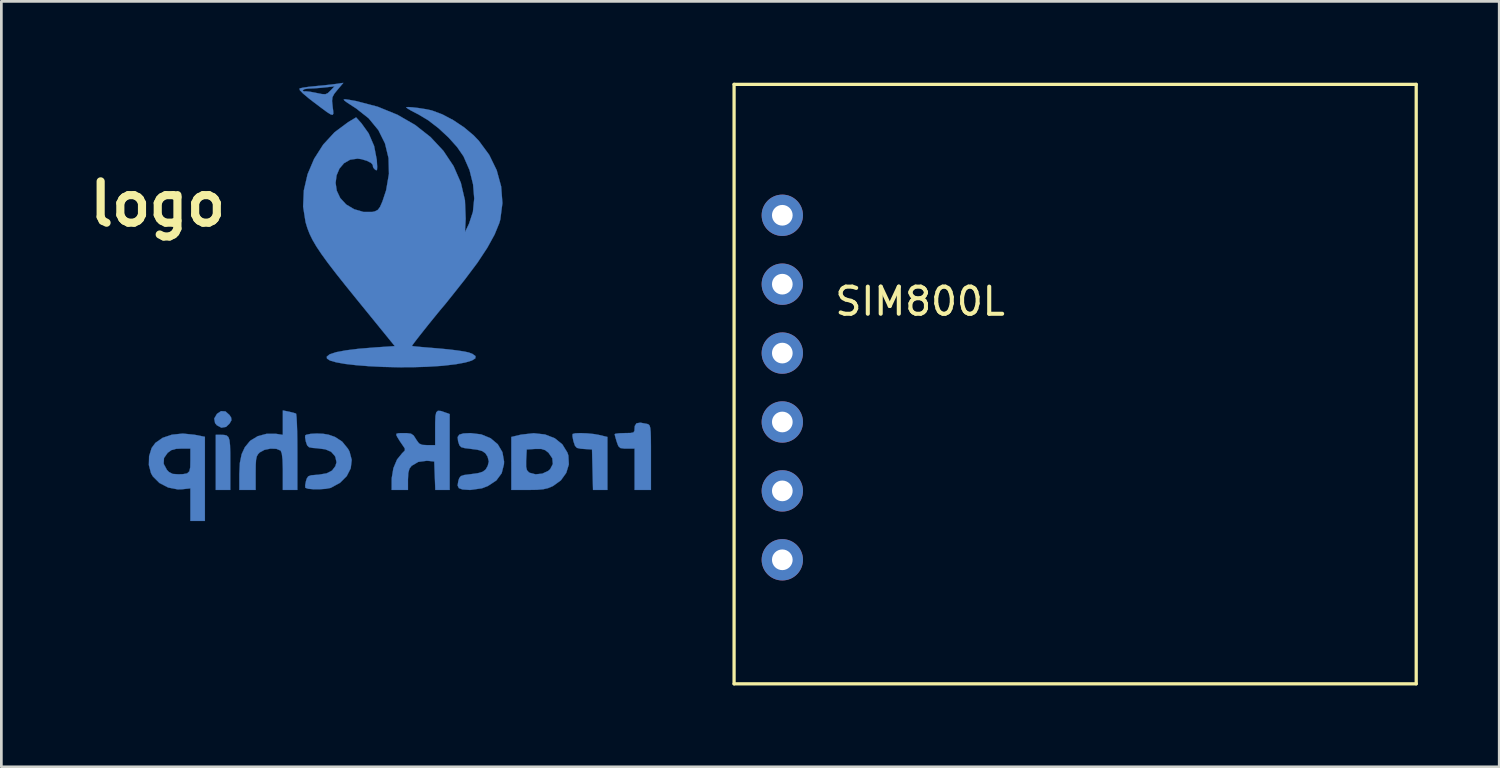
<source format=kicad_pcb>
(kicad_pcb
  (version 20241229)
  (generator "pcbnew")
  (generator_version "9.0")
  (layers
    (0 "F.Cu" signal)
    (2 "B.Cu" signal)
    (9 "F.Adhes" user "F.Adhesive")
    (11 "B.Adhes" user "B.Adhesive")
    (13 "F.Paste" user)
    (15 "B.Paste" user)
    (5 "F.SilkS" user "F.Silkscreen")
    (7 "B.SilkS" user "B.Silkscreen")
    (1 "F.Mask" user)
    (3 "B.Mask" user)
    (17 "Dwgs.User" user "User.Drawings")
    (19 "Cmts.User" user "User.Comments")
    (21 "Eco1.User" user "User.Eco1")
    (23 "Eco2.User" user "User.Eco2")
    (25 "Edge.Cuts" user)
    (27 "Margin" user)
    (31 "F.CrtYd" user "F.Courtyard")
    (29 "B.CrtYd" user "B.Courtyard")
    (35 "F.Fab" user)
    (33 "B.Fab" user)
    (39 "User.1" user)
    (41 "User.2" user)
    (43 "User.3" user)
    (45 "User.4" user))
  (footprint "SIM800L"
    (layer "F.Cu")
    (at 25.789 4.886)
    (property "Reference" "SIM800L" (at 5.08 3.175 0) (layer "F.SilkS") (effects (font (size 1 1) (thickness 0.15))))
    (attr through_hole)
    (fp_line (start -1.778 -4.826) (end 23.368 -4.826) (stroke (width 0.12) (type solid)) (layer "F.SilkS"))
    (fp_line (start -1.778 17.272) (end -1.778 -4.826) (stroke (width 0.12) (type solid)) (layer "F.SilkS"))
    (fp_line (start 23.368 -4.826) (end 23.368 17.272) (stroke (width 0.12) (type solid)) (layer "F.SilkS"))
    (fp_line (start 23.368 17.272) (end -1.778 17.272) (stroke (width 0.12) (type solid)) (layer "F.SilkS"))
    (pad "1" thru_hole circle (at 0 0) (size 1.524 1.524) (drill 0.762) (layers "*.Cu" "*.Mask"))
    (pad "2" thru_hole circle (at 0 2.54) (size 1.524 1.524) (drill 0.762) (layers "*.Cu" "*.Mask"))
    (pad "3" thru_hole circle (at 0 5.08) (size 1.524 1.524) (drill 0.762) (layers "*.Cu" "*.Mask"))
    (pad "4" thru_hole circle (at 0 7.62) (size 1.524 1.524) (drill 0.762) (layers "*.Cu" "*.Mask"))
    (pad "5" thru_hole circle (at 0 10.16) (size 1.524 1.524) (drill 0.762) (layers "*.Cu" "*.Mask"))
    (pad "6" thru_hole circle (at 0 12.7) (size 1.524 1.524) (drill 0.762) (layers "*.Cu" "*.Mask")))
  (footprint "logo"
    (layer "F.Cu")
    (at 5.94 16.535)
    (property "Reference" "logo" (at -3.175 -12.065 0) (layer "F.SilkS") (effects (font (size 1.524 1.524) (thickness 0.3))))
    (attr through_hole)
    (fp_poly (pts (xy -1.036 -1.524) (xy -0.501 -1.524) (xy -0.501 -2.501) (xy -0.502 -2.889) (xy -0.51 -3.168) (xy -0.53 -3.356) (xy -0.569 -3.47) (xy -0.634 -3.53) (xy -0.73 -3.552) (xy -0.864 -3.556) (xy -1.036 -3.556) (xy -1.036 -1.524)) (stroke (width 0.01) (type solid)) (fill yes) (layer "B.Cu"))
    (fp_poly (pts (xy -0.992 -4.329) (xy -1.093 -4.155) (xy -1.062 -3.988) (xy -0.998 -3.91) (xy -0.828 -3.818) (xy -0.657 -3.848) (xy -0.529 -3.969) (xy -0.458 -4.093) (xy -0.469 -4.191) (xy -0.529 -4.286) (xy -0.677 -4.419) (xy -0.842 -4.429) (xy -0.992 -4.329)) (stroke (width 0.01) (type solid)) (fill yes) (layer "B.Cu"))
    (fp_poly (pts (xy 12.219 -3.612) (xy 12.12 -3.587) (xy 12.119 -3.586) (xy 12.113 -3.51) (xy 12.14 -3.36) (xy 12.154 -3.304) (xy 12.207 -3.15) (xy 12.278 -3.074) (xy 12.415 -3.044) (xy 12.529 -3.035) (xy 12.834 -3.016) (xy 12.853 -2.27) (xy 12.871 -1.524) (xy 13.402 -1.524) (xy 13.402 -3.477) (xy 13.105 -3.548) (xy 12.892 -3.586) (xy 12.647 -3.61) (xy 12.409 -3.619) (xy 12.219 -3.612)) (stroke (width 0.01) (type solid)) (fill yes) (layer "B.Cu"))
    (fp_poly (pts (xy 14.472 -3.98) (xy 14.411 -3.883) (xy 14.404 -3.81) (xy 14.398 -3.701) (xy 14.358 -3.644) (xy 14.25 -3.623) (xy 14.042 -3.62) (xy 14.037 -3.619) (xy 13.835 -3.613) (xy 13.702 -3.596) (xy 13.669 -3.579) (xy 13.687 -3.498) (xy 13.731 -3.345) (xy 13.747 -3.293) (xy 13.804 -3.14) (xy 13.879 -3.069) (xy 14.018 -3.049) (xy 14.114 -3.048) (xy 14.404 -3.048) (xy 14.404 -1.524) (xy 15.006 -1.524) (xy 15.006 -2.723) (xy 15.006 -3.141) (xy 15.003 -3.448) (xy 14.996 -3.664) (xy 14.982 -3.805) (xy 14.96 -3.889) (xy 14.928 -3.932) (xy 14.882 -3.953) (xy 14.856 -3.96) (xy 14.615 -4.004) (xy 14.472 -3.98)) (stroke (width 0.01) (type solid)) (fill yes) (layer "B.Cu"))
    (fp_poly (pts (xy -2.652 -3.561) (xy -2.996 -3.445) (xy -3.262 -3.259) (xy -3.4 -3.071) (xy -3.494 -2.767) (xy -3.502 -2.442) (xy -3.424 -2.143) (xy -3.358 -2.026) (xy -3.112 -1.78) (xy -2.79 -1.613) (xy -2.437 -1.544) (xy -2.289 -1.548) (xy -1.972 -1.582) (xy -1.972 -0.381) (xy -1.437 -0.381) (xy -1.437 -3.048) (xy -1.972 -3.048) (xy -1.972 -2.609) (xy -1.977 -2.359) (xy -2.01 -2.21) (xy -2.092 -2.134) (xy -2.247 -2.106) (xy -2.418 -2.101) (xy -2.624 -2.115) (xy -2.762 -2.185) (xy -2.836 -2.263) (xy -2.957 -2.486) (xy -2.944 -2.701) (xy -2.81 -2.892) (xy -2.671 -2.993) (xy -2.498 -3.039) (xy -2.309 -3.048) (xy -1.972 -3.048) (xy -1.437 -3.048) (xy -1.437 -3.483) (xy -1.817 -3.558) (xy -2.251 -3.602) (xy -2.652 -3.561)) (stroke (width 0.01) (type solid)) (fill yes) (layer "B.Cu"))
    (fp_poly (pts (xy 10.22 -3.563) (xy 10.156 -3.548) (xy 9.859 -3.477) (xy 9.859 -1.524) (xy 10.484 -1.524) (xy 10.806 -1.529) (xy 11.036 -1.55) (xy 11.214 -1.591) (xy 11.381 -1.661) (xy 11.399 -1.67) (xy 11.686 -1.878) (xy 11.884 -2.153) (xy 11.98 -2.466) (xy 11.979 -2.481) (xy 11.39 -2.481) (xy 11.29 -2.289) (xy 11.22 -2.227) (xy 11.001 -2.125) (xy 10.754 -2.1) (xy 10.537 -2.156) (xy 10.503 -2.177) (xy 10.436 -2.252) (xy 10.405 -2.379) (xy 10.405 -2.59) (xy 10.407 -2.637) (xy 10.427 -3.016) (xy 10.744 -3.036) (xy 10.961 -3.036) (xy 11.107 -2.991) (xy 11.229 -2.896) (xy 11.37 -2.692) (xy 11.39 -2.481) (xy 11.979 -2.481) (xy 11.963 -2.79) (xy 11.927 -2.901) (xy 11.739 -3.206) (xy 11.459 -3.431) (xy 11.102 -3.569) (xy 10.684 -3.615) (xy 10.22 -3.563)) (stroke (width 0.01) (type solid)) (fill yes) (layer "B.Cu"))
    (fp_poly (pts (xy 1.437 -3.554) (xy 1.184 -3.593) (xy 0.842 -3.594) (xy 0.513 -3.507) (xy 0.246 -3.345) (xy 0.218 -3.319) (xy 0.036 -3.098) (xy -0.082 -2.842) (xy -0.147 -2.524) (xy -0.167 -2.113) (xy -0.167 -2.098) (xy -0.167 -1.524) (xy 0.434 -1.524) (xy 0.434 -2.148) (xy 0.437 -2.44) (xy 0.449 -2.633) (xy 0.476 -2.759) (xy 0.524 -2.844) (xy 0.589 -2.91) (xy 0.76 -3.002) (xy 0.981 -3.047) (xy 1.196 -3.04) (xy 1.351 -2.977) (xy 1.357 -2.972) (xy 1.399 -2.863) (xy 1.426 -2.632) (xy 1.437 -2.286) (xy 1.437 -2.21) (xy 1.437 -1.524) (xy 1.972 -1.524) (xy 1.972 -2.917) (xy 1.97 -3.325) (xy 1.964 -3.688) (xy 1.954 -3.987) (xy 1.942 -4.206) (xy 1.928 -4.323) (xy 1.922 -4.339) (xy 1.827 -4.37) (xy 1.665 -4.409) (xy 1.654 -4.411) (xy 1.437 -4.455) (xy 1.437 -3.554)) (stroke (width 0.01) (type solid)) (fill yes) (layer "B.Cu"))
    (fp_poly (pts (xy 8.093 -3.607) (xy 7.941 -3.563) (xy 7.881 -3.474) (xy 7.896 -3.326) (xy 7.904 -3.296) (xy 7.946 -3.17) (xy 8.013 -3.101) (xy 8.143 -3.065) (xy 8.326 -3.043) (xy 8.608 -3.006) (xy 8.789 -2.956) (xy 8.902 -2.877) (xy 8.981 -2.756) (xy 8.985 -2.748) (xy 9.03 -2.571) (xy 8.988 -2.407) (xy 8.913 -2.278) (xy 8.804 -2.195) (xy 8.629 -2.142) (xy 8.354 -2.104) (xy 8.326 -2.101) (xy 8.115 -2.074) (xy 7.999 -2.034) (xy 7.938 -1.956) (xy 7.904 -1.848) (xy 7.879 -1.689) (xy 7.925 -1.591) (xy 8.061 -1.541) (xy 8.307 -1.525) (xy 8.358 -1.525) (xy 8.774 -1.584) (xy 8.992 -1.667) (xy 9.307 -1.874) (xy 9.504 -2.141) (xy 9.588 -2.473) (xy 9.592 -2.572) (xy 9.531 -2.917) (xy 9.36 -3.208) (xy 9.094 -3.431) (xy 8.749 -3.572) (xy 8.358 -3.619) (xy 8.093 -3.607)) (stroke (width 0.01) (type solid)) (fill yes) (layer "B.Cu"))
    (fp_poly (pts (xy 2.464 -3.592) (xy 2.304 -3.559) (xy 2.263 -3.537) (xy 2.257 -3.461) (xy 2.283 -3.316) (xy 2.289 -3.293) (xy 2.334 -3.165) (xy 2.403 -3.099) (xy 2.539 -3.072) (xy 2.678 -3.063) (xy 2.999 -3.022) (xy 3.215 -2.932) (xy 3.35 -2.782) (xy 3.375 -2.732) (xy 3.415 -2.545) (xy 3.372 -2.399) (xy 3.248 -2.236) (xy 3.051 -2.136) (xy 2.755 -2.086) (xy 2.678 -2.081) (xy 2.479 -2.064) (xy 2.372 -2.025) (xy 2.317 -1.94) (xy 2.289 -1.85) (xy 2.26 -1.698) (xy 2.265 -1.607) (xy 2.269 -1.602) (xy 2.372 -1.567) (xy 2.562 -1.55) (xy 2.793 -1.549) (xy 3.017 -1.565) (xy 3.189 -1.597) (xy 3.211 -1.605) (xy 3.547 -1.789) (xy 3.793 -2.035) (xy 3.939 -2.322) (xy 3.976 -2.631) (xy 3.895 -2.939) (xy 3.838 -3.042) (xy 3.623 -3.306) (xy 3.362 -3.477) (xy 3.125 -3.56) (xy 2.922 -3.594) (xy 2.686 -3.604) (xy 2.464 -3.592)) (stroke (width 0.01) (type solid)) (fill yes) (layer "B.Cu"))
    (fp_poly (pts (xy 7.092 -4.385) (xy 7.062 -4.248) (xy 7.053 -4.013) (xy 7.052 -3.81) (xy 7.052 -3.175) (xy 6.762 -3.175) (xy 6.571 -3.186) (xy 6.457 -3.239) (xy 6.364 -3.365) (xy 6.345 -3.397) (xy 6.257 -3.533) (xy 6.16 -3.598) (xy 6.005 -3.618) (xy 5.898 -3.619) (xy 5.707 -3.616) (xy 5.624 -3.595) (xy 5.622 -3.542) (xy 5.655 -3.477) (xy 5.753 -3.317) (xy 5.856 -3.167) (xy 5.935 -3.048) (xy 5.931 -2.973) (xy 5.841 -2.885) (xy 5.838 -2.882) (xy 5.646 -2.645) (xy 5.512 -2.327) (xy 5.451 -1.964) (xy 5.449 -1.889) (xy 5.448 -1.524) (xy 6.049 -1.524) (xy 6.049 -1.905) (xy 6.061 -2.15) (xy 6.104 -2.308) (xy 6.181 -2.411) (xy 6.427 -2.557) (xy 6.741 -2.599) (xy 6.827 -2.593) (xy 7.018 -2.572) (xy 7.057 -1.524) (xy 7.587 -1.524) (xy 7.587 -4.321) (xy 7.415 -4.383) (xy 7.257 -4.435) (xy 7.153 -4.441) (xy 7.092 -4.385)) (stroke (width 0.01) (type solid)) (fill yes) (layer "B.Cu"))
    (fp_poly (pts (xy 3.404 -16.492) (xy 3.203 -16.467) (xy 2.928 -16.437) (xy 2.64 -16.41) (xy 2.386 -16.384) (xy 2.179 -16.354) (xy 2.06 -16.326) (xy 2.053 -16.324) (xy 2.06 -16.265) (xy 2.178 -16.14) (xy 2.406 -15.949) (xy 2.549 -15.839) (xy 2.85 -15.611) (xy 3.061 -15.455) (xy 3.196 -15.37) (xy 3.27 -15.35) (xy 3.297 -15.393) (xy 3.293 -15.493) (xy 3.273 -15.648) (xy 3.273 -15.65) (xy 3.251 -15.862) (xy 3.266 -16.004) (xy 3.334 -16.131) (xy 3.446 -16.269) (xy 3.557 -16.401) (xy 3.342 -16.401) (xy 3.187 -16.24) (xy 3.093 -16.151) (xy 3.006 -16.112) (xy 2.881 -16.117) (xy 2.674 -16.158) (xy 2.654 -16.163) (xy 2.441 -16.203) (xy 2.283 -16.22) (xy 2.224 -16.215) (xy 2.175 -16.232) (xy 2.172 -16.252) (xy 2.231 -16.298) (xy 2.373 -16.32) (xy 2.39 -16.32) (xy 2.584 -16.328) (xy 2.837 -16.347) (xy 2.974 -16.361) (xy 3.342 -16.401) (xy 3.557 -16.401) (xy 3.666 -16.53) (xy 3.404 -16.492)) (stroke (width 0.01) (type solid)) (fill yes) (layer "B.Cu"))
    (fp_poly (pts (xy 3.681 -15.919) (xy 3.704 -15.879) (xy 3.819 -15.795) (xy 4.034 -15.655) (xy 4.136 -15.59) (xy 4.6 -15.224) (xy 4.957 -14.79) (xy 5.202 -14.298) (xy 5.333 -13.757) (xy 5.348 -13.178) (xy 5.244 -12.571) (xy 5.107 -12.158) (xy 5.02 -11.959) (xy 4.939 -11.849) (xy 4.831 -11.794) (xy 4.735 -11.773) (xy 4.407 -11.773) (xy 4.066 -11.872) (xy 3.771 -12.048) (xy 3.552 -12.285) (xy 3.424 -12.557) (xy 3.382 -12.842) (xy 3.417 -13.119) (xy 3.522 -13.368) (xy 3.691 -13.568) (xy 3.917 -13.698) (xy 4.192 -13.737) (xy 4.334 -13.718) (xy 4.543 -13.655) (xy 4.694 -13.575) (xy 4.758 -13.497) (xy 4.752 -13.471) (xy 4.773 -13.401) (xy 4.829 -13.34) (xy 4.882 -13.305) (xy 4.909 -13.332) (xy 4.914 -13.441) (xy 4.902 -13.654) (xy 4.899 -13.695) (xy 4.802 -14.201) (xy 4.598 -14.673) (xy 4.332 -15.043) (xy 4.138 -15.258) (xy 3.84 -15.079) (xy 3.344 -14.71) (xy 2.924 -14.254) (xy 2.59 -13.731) (xy 2.349 -13.163) (xy 2.211 -12.568) (xy 2.184 -11.969) (xy 2.274 -11.396) (xy 2.34 -11.178) (xy 2.422 -10.966) (xy 2.53 -10.744) (xy 2.672 -10.501) (xy 2.857 -10.224) (xy 3.092 -9.899) (xy 3.387 -9.515) (xy 3.75 -9.057) (xy 4.168 -8.541) (xy 5.563 -6.826) (xy 4.854 -6.779) (xy 4.247 -6.73) (xy 3.761 -6.67) (xy 3.399 -6.602) (xy 3.163 -6.524) (xy 3.056 -6.438) (xy 3.064 -6.366) (xy 3.178 -6.293) (xy 3.407 -6.228) (xy 3.733 -6.17) (xy 4.14 -6.123) (xy 4.609 -6.086) (xy 5.121 -6.06) (xy 5.66 -6.047) (xy 6.208 -6.048) (xy 6.746 -6.064) (xy 7.257 -6.096) (xy 7.354 -6.104) (xy 7.809 -6.157) (xy 8.161 -6.222) (xy 8.404 -6.295) (xy 8.532 -6.374) (xy 8.54 -6.457) (xy 8.424 -6.541) (xy 8.29 -6.591) (xy 8.123 -6.627) (xy 7.857 -6.668) (xy 7.528 -6.707) (xy 7.169 -6.741) (xy 7.12 -6.745) (xy 6.788 -6.772) (xy 6.508 -6.796) (xy 6.304 -6.816) (xy 6.201 -6.829) (xy 6.195 -6.831) (xy 6.227 -6.882) (xy 6.325 -7.013) (xy 6.472 -7.202) (xy 6.652 -7.43) (xy 6.848 -7.676) (xy 7.045 -7.918) (xy 7.224 -8.138) (xy 7.372 -8.313) (xy 7.404 -8.35) (xy 7.461 -8.42) (xy 7.583 -8.573) (xy 7.758 -8.792) (xy 7.97 -9.06) (xy 8.162 -9.303) (xy 8.612 -9.902) (xy 8.974 -10.451) (xy 9.244 -10.941) (xy 9.417 -11.364) (xy 9.453 -11.493) (xy 9.531 -12.097) (xy 9.485 -12.709) (xy 9.321 -13.309) (xy 9.044 -13.877) (xy 8.662 -14.395) (xy 8.467 -14.598) (xy 8.117 -14.891) (xy 7.72 -15.156) (xy 7.317 -15.369) (xy 6.946 -15.508) (xy 6.885 -15.524) (xy 6.667 -15.567) (xy 6.432 -15.604) (xy 6.215 -15.629) (xy 6.053 -15.638) (xy 5.983 -15.628) (xy 5.983 -15.626) (xy 6.038 -15.582) (xy 6.183 -15.497) (xy 6.39 -15.39) (xy 6.434 -15.368) (xy 6.796 -15.151) (xy 7.178 -14.857) (xy 7.544 -14.517) (xy 7.86 -14.165) (xy 8.091 -13.831) (xy 8.102 -13.811) (xy 8.319 -13.314) (xy 8.449 -12.79) (xy 8.492 -12.267) (xy 8.443 -11.774) (xy 8.301 -11.341) (xy 8.299 -11.337) (xy 8.151 -11.031) (xy 8.177 -11.521) (xy 8.15 -12.201) (xy 7.998 -12.85) (xy 7.731 -13.461) (xy 7.356 -14.024) (xy 6.881 -14.533) (xy 6.314 -14.979) (xy 5.663 -15.354) (xy 4.935 -15.651) (xy 4.138 -15.86) (xy 3.877 -15.906) (xy 3.742 -15.925) (xy 3.681 -15.919)) (stroke (width 0.01) (type solid)) (fill yes) (layer "B.Cu"))
    (fp_poly (pts (xy 2.039 -8.35) (xy 2.072 -8.319) (xy 2.106 -8.35) (xy 2.072 -8.382) (xy 2.039 -8.35)) (stroke (width 0.01) (type solid)) (fill no) (layer "Eco2.User")))
  (gr_rect
    (start -3 -3)
    (end 52.217 25.218)
    (stroke (width 0.1) (type default))
    (fill no)
    (layer "Edge.Cuts")))
</source>
